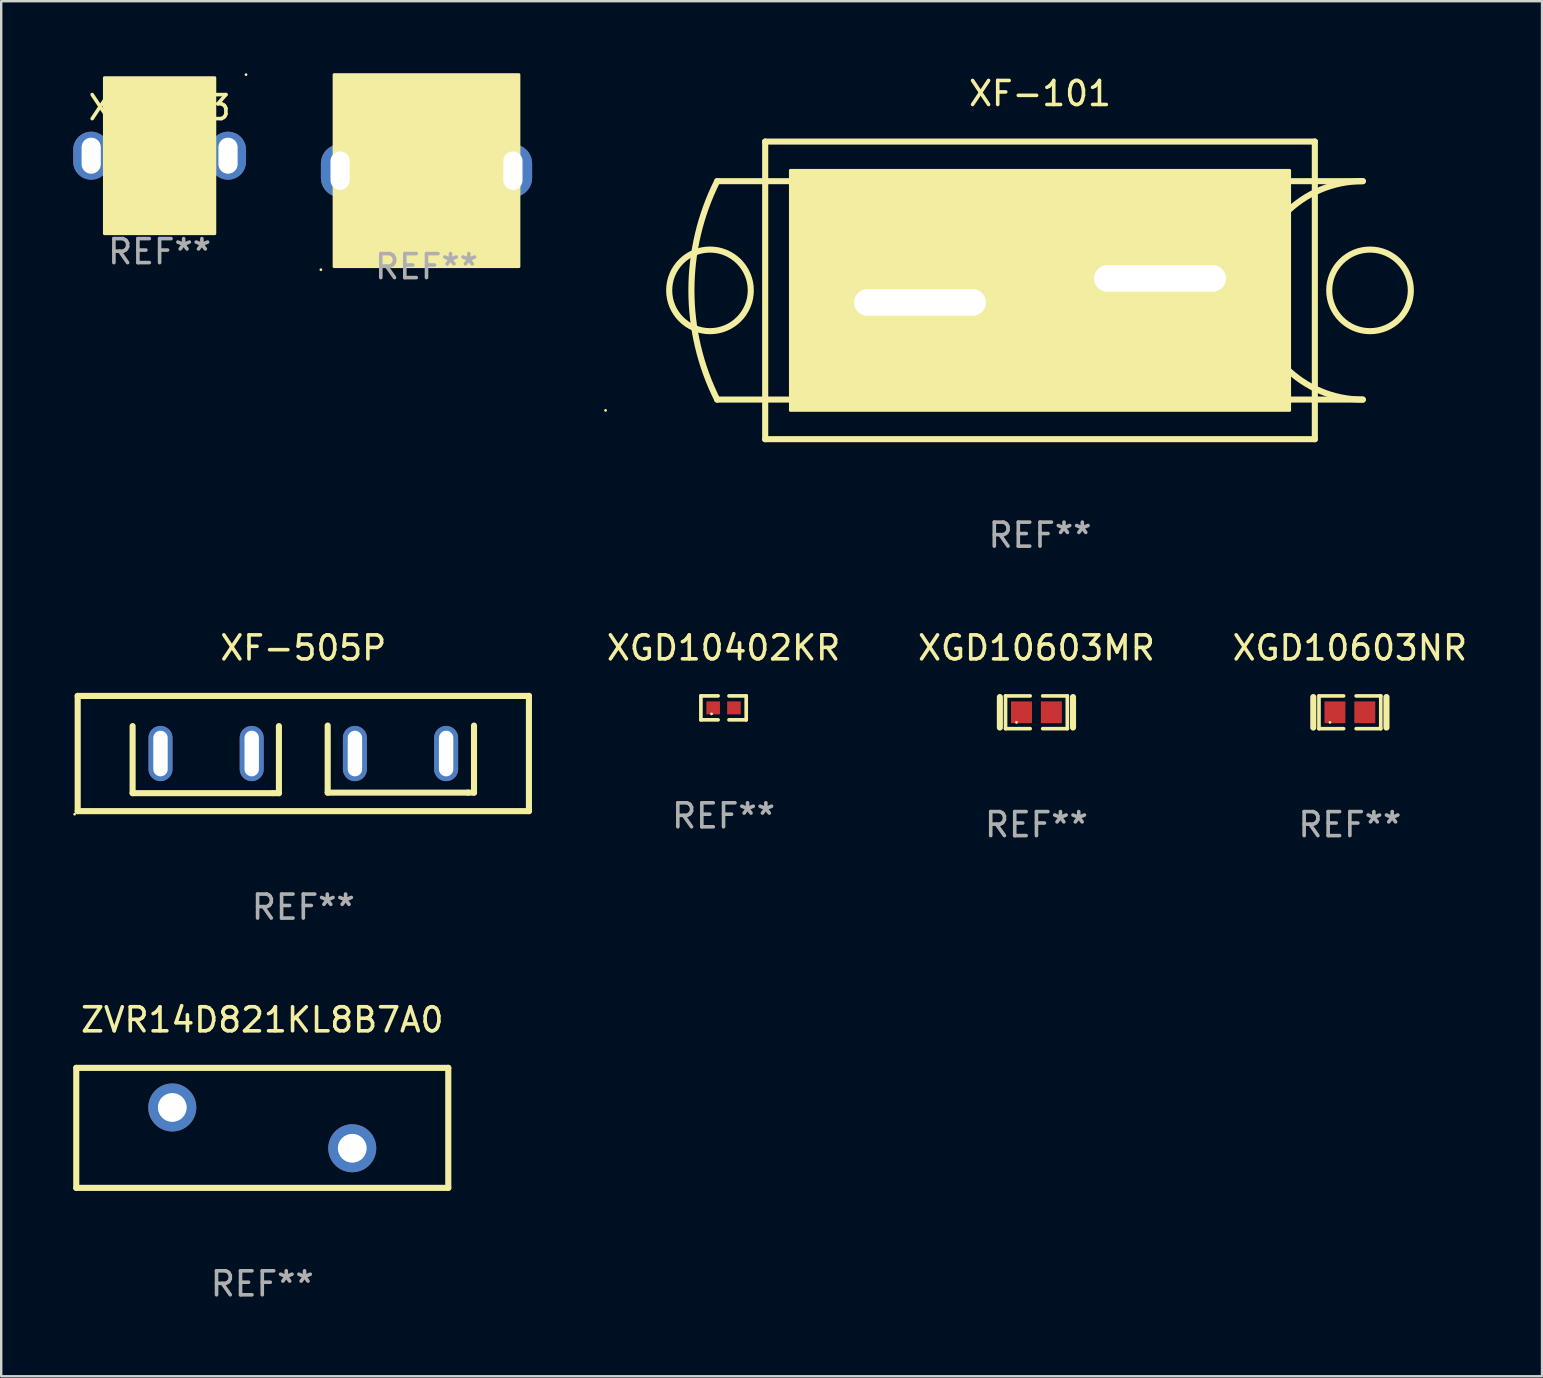
<source format=kicad_pcb>
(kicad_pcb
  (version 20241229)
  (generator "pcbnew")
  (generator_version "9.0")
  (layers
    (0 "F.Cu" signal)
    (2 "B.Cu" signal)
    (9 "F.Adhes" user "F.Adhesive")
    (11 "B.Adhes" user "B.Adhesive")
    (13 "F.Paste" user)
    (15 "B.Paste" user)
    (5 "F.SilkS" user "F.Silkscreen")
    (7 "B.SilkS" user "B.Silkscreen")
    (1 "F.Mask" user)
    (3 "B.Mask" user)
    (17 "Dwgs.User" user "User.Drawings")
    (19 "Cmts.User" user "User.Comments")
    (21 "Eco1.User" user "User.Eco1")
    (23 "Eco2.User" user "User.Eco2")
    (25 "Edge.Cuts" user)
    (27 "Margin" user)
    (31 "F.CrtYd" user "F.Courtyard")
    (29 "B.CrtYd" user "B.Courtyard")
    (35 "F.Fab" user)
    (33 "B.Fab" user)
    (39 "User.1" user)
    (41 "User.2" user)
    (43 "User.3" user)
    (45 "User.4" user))
  (footprint "XGD10603NR"
    (layer "F.Cu")
    (at 53.191 26.627)
    (property "Reference" "XGD10603NR" (at 0 -2.682 0) (layer "F.SilkS") (effects (font (size 1 1) (thickness 0.15))))
    (attr through_hole)
    (fp_line (start -1.524 -0.635) (end -1.524 0.635) (stroke (width 0.254) (type solid)) (layer "F.SilkS"))
    (fp_line (start -1.287 -0.682) (end -0.261 -0.682) (stroke (width 0.152) (type solid)) (layer "F.SilkS"))
    (fp_line (start -1.287 0.682) (end -1.287 -0.682) (stroke (width 0.152) (type solid)) (layer "F.SilkS"))
    (fp_line (start -0.261 0.682) (end -1.287 0.682) (stroke (width 0.152) (type solid)) (layer "F.SilkS"))
    (fp_line (start 0.261 0.682) (end 1.287 0.682) (stroke (width 0.152) (type solid)) (layer "F.SilkS"))
    (fp_line (start 1.287 -0.682) (end 0.261 -0.682) (stroke (width 0.152) (type solid)) (layer "F.SilkS"))
    (fp_line (start 1.287 0.682) (end 1.287 -0.682) (stroke (width 0.152) (type solid)) (layer "F.SilkS"))
    (fp_line (start 1.524 -0.635) (end 1.524 0.635) (stroke (width 0.254) (type solid)) (layer "F.SilkS"))
    (fp_circle (center -0.83 0.42) (end -0.8 0.42) (stroke (width 0.06) (type solid)) (fill no) (layer "F.SilkS"))
    (fp_text user "REF**" (at 0 4.682 0) (layer "F.Fab") (effects (font (size 1 1) (thickness 0.15))))
    (pad "1" smd rect (at -0.622 0) (size 0.873 0.907) (layers "F.Cu" "F.Mask" "F.Paste"))
    (pad "2" smd rect (at 0.622 0) (size 0.873 0.907) (layers "F.Cu" "F.Mask" "F.Paste")))
  (footprint "XGD10603MR"
    (layer "F.Cu")
    (at 40.132 26.627)
    (property "Reference" "XGD10603MR" (at 0 -2.682 0) (layer "F.SilkS") (effects (font (size 1 1) (thickness 0.15))))
    (attr through_hole)
    (fp_line (start -1.524 -0.635) (end -1.524 0.635) (stroke (width 0.254) (type solid)) (layer "F.SilkS"))
    (fp_line (start -1.287 -0.682) (end -0.261 -0.682) (stroke (width 0.152) (type solid)) (layer "F.SilkS"))
    (fp_line (start -1.287 0.682) (end -1.287 -0.682) (stroke (width 0.152) (type solid)) (layer "F.SilkS"))
    (fp_line (start -0.261 0.682) (end -1.287 0.682) (stroke (width 0.152) (type solid)) (layer "F.SilkS"))
    (fp_line (start 0.261 0.682) (end 1.287 0.682) (stroke (width 0.152) (type solid)) (layer "F.SilkS"))
    (fp_line (start 1.287 -0.682) (end 0.261 -0.682) (stroke (width 0.152) (type solid)) (layer "F.SilkS"))
    (fp_line (start 1.287 0.682) (end 1.287 -0.682) (stroke (width 0.152) (type solid)) (layer "F.SilkS"))
    (fp_line (start 1.524 -0.635) (end 1.524 0.635) (stroke (width 0.254) (type solid)) (layer "F.SilkS"))
    (fp_circle (center -0.83 0.42) (end -0.8 0.42) (stroke (width 0.06) (type solid)) (fill no) (layer "F.SilkS"))
    (fp_text user "REF**" (at 0 4.682 0) (layer "F.Fab") (effects (font (size 1 1) (thickness 0.15))))
    (pad "1" smd rect (at -0.622 0) (size 0.873 0.907) (layers "F.Cu" "F.Mask" "F.Paste"))
    (pad "2" smd rect (at 0.622 0) (size 0.873 0.907) (layers "F.Cu" "F.Mask" "F.Paste")))
  (footprint "ZVR14D821KL8B7A0"
    (layer "F.Cu")
    (at 7.877 43.941)
    (property "Reference" "ZVR14D821KL8B7A0" (at 0 -4.5 0) (layer "F.SilkS") (effects (font (size 1 1) (thickness 0.15))))
    (attr through_hole)
    (fp_line (start -7.75 -2.5) (end 7.75 -2.5) (stroke (width 0.254) (type solid)) (layer "F.SilkS"))
    (fp_line (start -7.75 2.5) (end -7.75 -2.499) (stroke (width 0.254) (type solid)) (layer "F.SilkS"))
    (fp_line (start 7.75 -2.5) (end 7.75 2.5) (stroke (width 0.254) (type solid)) (layer "F.SilkS"))
    (fp_line (start 7.75 2.5) (end -7.75 2.5) (stroke (width 0.254) (type solid)) (layer "F.SilkS"))
    (fp_circle (center -7.75 -2.5) (end -7.72 -2.5) (stroke (width 0.06) (type solid)) (fill no) (layer "F.SilkS"))
    (fp_text user "REF**" (at 0 6.5 0) (layer "F.Fab") (effects (font (size 1 1) (thickness 0.15))))
    (pad "1" thru_hole circle (at -3.749 -0.85) (size 2 2) (drill 1.2) (layers "*.Cu" "*.Mask"))
    (pad "2" thru_hole circle (at 3.749 0.85) (size 2 2) (drill 1.2) (layers "*.Cu" "*.Mask")))
  (footprint "XF-505P"
    (layer "F.Cu")
    (at 9.587 28.345)
    (property "Reference" "XF-505P" (at 0 -4.4 0) (layer "F.SilkS") (effects (font (size 1 1) (thickness 0.15))))
    (attr through_hole)
    (fp_line (start -9.4 -2.4) (end -9.4 2.4) (stroke (width 0.254) (type solid)) (layer "F.SilkS"))
    (fp_line (start -9.4 -2.4) (end 9.4 -2.4) (stroke (width 0.254) (type solid)) (layer "F.SilkS"))
    (fp_line (start -9.4 2.4) (end 9.4 2.4) (stroke (width 0.254) (type solid)) (layer "F.SilkS"))
    (fp_line (start -7.112 -1.143) (end -7.112 1.651) (stroke (width 0.254) (type solid)) (layer "F.SilkS"))
    (fp_line (start -7.112 1.651) (end -1.27 1.651) (stroke (width 0.254) (type solid)) (layer "F.SilkS"))
    (fp_line (start -1.27 1.651) (end -1.016 1.651) (stroke (width 0.254) (type solid)) (layer "F.SilkS"))
    (fp_line (start -1.016 1.651) (end -1.016 -1.143) (stroke (width 0.254) (type solid)) (layer "F.SilkS"))
    (fp_line (start 1.016 -1.165) (end 1.016 1.629) (stroke (width 0.254) (type solid)) (layer "F.SilkS"))
    (fp_line (start 1.016 1.629) (end 6.858 1.629) (stroke (width 0.254) (type solid)) (layer "F.SilkS"))
    (fp_line (start 6.858 1.629) (end 7.112 1.629) (stroke (width 0.254) (type solid)) (layer "F.SilkS"))
    (fp_line (start 7.112 1.629) (end 7.112 -1.165) (stroke (width 0.254) (type solid)) (layer "F.SilkS"))
    (fp_line (start 9.4 -2.4) (end 9.4 2.4) (stroke (width 0.254) (type solid)) (layer "F.SilkS"))
    (fp_circle (center -9.527 2.527) (end -9.497 2.527) (stroke (width 0.06) (type solid)) (fill no) (layer "F.SilkS"))
    (fp_text user "REF**" (at 0 6.4 0) (layer "F.Fab") (effects (font (size 1 1) (thickness 0.15))))
    (pad "1" thru_hole oval (at -5.95 0 90) (size 2.3 1) (drill oval 1.9 0.6) (layers "*.Cu" "*.Mask"))
    (pad "1" thru_hole oval (at -2.15 0 90) (size 2.3 1) (drill oval 1.9 0.6) (layers "*.Cu" "*.Mask"))
    (pad "2" thru_hole oval (at 2.15 0 90) (size 2.3 1) (drill oval 1.9 0.6) (layers "*.Cu" "*.Mask"))
    (pad "2" thru_hole oval (at 5.95 0 90) (size 2.3 1) (drill oval 1.9 0.6) (layers "*.Cu" "*.Mask")))
  (footprint "XF-101"
    (layer "F.Cu")
    (at 40.281 9.048)
    (property "Reference" "XF-101" (at 0 -8.2 0) (layer "F.SilkS") (effects (font (size 1 1) (thickness 0.15))))
    (attr through_hole)
    (fp_line (start -13.45 -4.55) (end -10.4 -4.55) (stroke (width 0.254) (type solid)) (layer "F.SilkS"))
    (fp_line (start -13.45 4.55) (end -10.5 4.55) (stroke (width 0.254) (type solid)) (layer "F.SilkS"))
    (fp_line (start -11.45 -6.2) (end 11.45 -6.2) (stroke (width 0.254) (type solid)) (layer "F.SilkS"))
    (fp_line (start -11.45 6.2) (end -11.45 -6.2) (stroke (width 0.254) (type solid)) (layer "F.SilkS"))
    (fp_line (start 11.45 -6.2) (end 11.45 6.2) (stroke (width 0.254) (type solid)) (layer "F.SilkS"))
    (fp_line (start 11.45 6.2) (end -11.45 6.2) (stroke (width 0.254) (type solid)) (layer "F.SilkS"))
    (fp_line (start 13.45 -4.55) (end 10.5 -4.55) (stroke (width 0.254) (type solid)) (layer "F.SilkS"))
    (fp_line (start 13.45 4.55) (end 10.4 4.55) (stroke (width 0.254) (type solid)) (layer "F.SilkS"))
    (fp_arc (start -13.450102 4.549988) (mid -14.524099 -0.000025) (end -13.450102 -4.550038) (stroke (width 0.254001) (type solid)) (layer "F.SilkS"))
    (fp_arc (start 13.450102 4.550013) (mid 8.901181 0) (end 13.450102 -4.550013) (stroke (width 0.254001) (type solid)) (layer "F.SilkS"))
    (fp_circle (center -18.101 5) (end -18.071 5) (stroke (width 0.06) (type solid)) (fill no) (layer "F.SilkS"))
    (fp_circle (center -13.75 -0.000025) (end -12.05 -0.000025) (stroke (width 0.254) (type solid)) (fill no) (layer "F.SilkS"))
    (fp_circle (center 13.75 0) (end 15.45 0) (stroke (width 0.254) (type solid)) (fill no) (layer "F.SilkS"))
    (fp_poly (pts (xy -10.4 -5) (xy 10.4 -5) (xy 10.4 5) (xy -10.4 5)) (stroke (width 0.12) (type solid)) (fill yes) (layer "F.SilkS"))
    (fp_text user "REF**" (at 0 10.2 0) (layer "F.Fab") (effects (font (size 1 1) (thickness 0.15))))
    (pad "1" thru_hole oval (at -5 0.5 90) (size 2.2 6.5) (drill oval 1.1 5.5) (layers "*.Cu" "*.Mask"))
    (pad "2" thru_hole oval (at 5 -0.5 90) (size 2.2 6.5) (drill oval 1.1 5.5) (layers "*.Cu" "*.Mask")))
  (footprint "XF-003"
    (layer "F.Cu")
    (at 3.6 3.437)
    (property "Reference" "XF-003" (at 0 -2 0) (layer "F.SilkS") (effects (font (size 1 1) (thickness 0.15))))
    (attr through_hole)
    (fp_circle (center 3.6 -3.377) (end 3.63 -3.377) (stroke (width 0.06) (type solid)) (fill no) (layer "F.SilkS"))
    (fp_poly (pts (xy -2.3 -3.25) (xy 2.3 -3.25) (xy 2.3 3.25) (xy -2.3 3.25)) (stroke (width 0.12) (type solid)) (fill yes) (layer "F.SilkS"))
    (fp_text user "REF**" (at 0 4 0) (layer "F.Fab") (effects (font (size 1 1) (thickness 0.15))))
    (pad "1" thru_hole oval (at -2.85 0 90) (size 2 1.5) (drill oval 1.5 0.8) (layers "*.Cu" "*.Mask"))
    (pad "1" thru_hole oval (at 2.85 0 90) (size 2 1.5) (drill oval 1.5 0.8) (layers "*.Cu" "*.Mask")))
  (footprint "XF-007"
    (layer "F.Cu")
    (at 14.72 4.06)
    (property "Reference" "XF-007" (at 0 -2 0) (layer "F.SilkS") (effects (font (size 1 1) (thickness 0.15))))
    (attr through_hole)
    (fp_circle (center -4.4 4.127) (end -4.37 4.127) (stroke (width 0.06) (type solid)) (fill no) (layer "F.SilkS"))
    (fp_poly (pts (xy -3.85 -4) (xy 3.85 -4) (xy 3.85 4) (xy -3.85 4)) (stroke (width 0.12) (type solid)) (fill yes) (layer "F.SilkS"))
    (fp_text user "REF**" (at 0 4 0) (layer "F.Fab") (effects (font (size 1 1) (thickness 0.15))))
    (pad "1" thru_hole oval (at -3.6 0 90) (size 2.2 1.6) (drill oval 1.6 0.8) (layers "*.Cu" "*.Mask"))
    (pad "1" thru_hole oval (at 3.6 0 90) (size 2.2 1.6) (drill oval 1.6 0.8) (layers "*.Cu" "*.Mask")))
  (footprint "XGD10402KR"
    (layer "F.Cu")
    (at 27.096 26.443)
    (property "Reference" "XGD10402KR" (at 0 -2.499 0) (layer "F.SilkS") (effects (font (size 1 1) (thickness 0.15))))
    (attr through_hole)
    (fp_line (start -0.944 -0.499) (end -0.226 -0.499) (stroke (width 0.152) (type solid)) (layer "F.SilkS"))
    (fp_line (start -0.944 0.499) (end -0.944 -0.499) (stroke (width 0.152) (type solid)) (layer "F.SilkS"))
    (fp_line (start -0.226 0.499) (end -0.944 0.499) (stroke (width 0.152) (type solid)) (layer "F.SilkS"))
    (fp_line (start 0.226 0.499) (end 0.944 0.499) (stroke (width 0.152) (type solid)) (layer "F.SilkS"))
    (fp_line (start 0.944 -0.499) (end 0.226 -0.499) (stroke (width 0.152) (type solid)) (layer "F.SilkS"))
    (fp_line (start 0.944 0.499) (end 0.944 -0.499) (stroke (width 0.152) (type solid)) (layer "F.SilkS"))
    (fp_circle (center -0.5 0.25) (end -0.47 0.25) (stroke (width 0.06) (type solid)) (fill no) (layer "F.SilkS"))
    (fp_text user "REF**" (at 0 4.499 0) (layer "F.Fab") (effects (font (size 1 1) (thickness 0.15))))
    (pad "1" smd rect (at -0.433 0) (size 0.566 0.54) (layers "F.Cu" "F.Mask" "F.Paste"))
    (pad "2" smd rect (at 0.433 0) (size 0.566 0.54) (layers "F.Cu" "F.Mask" "F.Paste")))
  (gr_rect
    (start -3 -3)
    (end 61.197 54.29)
    (stroke (width 0.1) (type default))
    (fill no)
    (layer "Edge.Cuts")))
</source>
